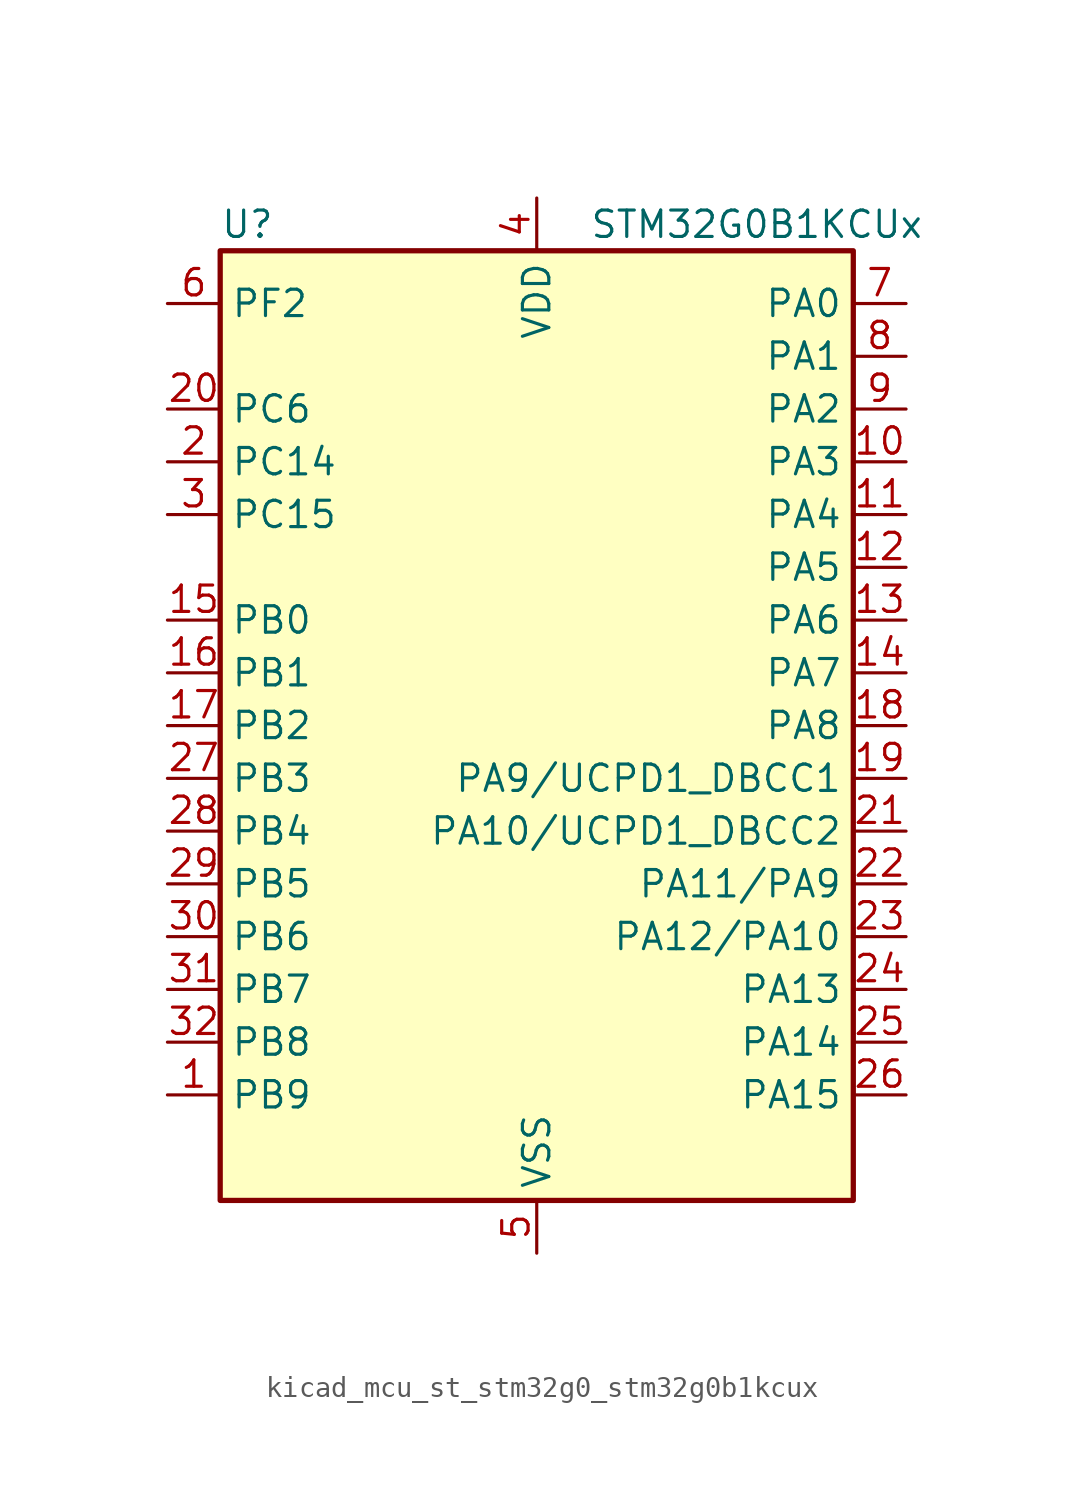
<source format=kicad_sym>
(kicad_symbol_lib
  (version 20220914)
  (generator kicad_symbol_editor)
  (symbol "kicad_mcu_st_stm32g0_stm32g0b1kcux"
    (property "Reference" "U"
      (at -15.24 24.13 0)
      (effects (font (size 1.27 1.27)) (justify left)))
    (property "Value" "STM32G0B1KCUx"
      (at 2.54 24.13 0)
      (effects (font (size 1.27 1.27)) (justify left)))
    (property "ki_locked" ""
      (at 0 0 0)
      (effects (font (size 1.27 1.27))))
    (symbol "kicad_mcu_st_stm32g0_stm32g0b1kcux_0_1"
      (rectangle (start -15.24 -22.86) (end 15.24 22.86) (stroke (width 0.254) (type default)) (fill (type background))))
    (symbol "kicad_mcu_st_stm32g0_stm32g0b1kcux_1_1"
      (pin bidirectional line (at -17.78 -17.78 0) (length 2.54) (name "PB9" (effects (font (size 1.27 1.27)))) (number "1" (effects (font (size 1.27 1.27)))) (alternate "DAC1_EXTI9" bidirectional line) (alternate "FDCAN1_TX" bidirectional line) (alternate "I2C1_SDA" bidirectional line) (alternate "I2S2_WS" bidirectional line) (alternate "IR_OUT" bidirectional line) (alternate "SPI2_NSS" bidirectional line) (alternate "TIM17_CH1" bidirectional line) (alternate "TIM4_CH4" bidirectional line) (alternate "USART3_RX" bidirectional line) (alternate "USART6_RX" bidirectional line))
      (pin bidirectional line (at 17.78 12.7 180) (length 2.54) (name "PA3" (effects (font (size 1.27 1.27)))) (number "10" (effects (font (size 1.27 1.27)))) (alternate "ADC1_IN3" bidirectional line) (alternate "COMP2_INP" bidirectional line) (alternate "I2S2_MCK" bidirectional line) (alternate "LPUART1_RX" bidirectional line) (alternate "SPI2_MISO" bidirectional line) (alternate "TIM15_CH2" bidirectional line) (alternate "TIM2_CH4" bidirectional line) (alternate "USART2_RX" bidirectional line))
      (pin bidirectional line (at 17.78 10.16 180) (length 2.54) (name "PA4" (effects (font (size 1.27 1.27)))) (number "11" (effects (font (size 1.27 1.27)))) (alternate "ADC1_IN4" bidirectional line) (alternate "DAC1_OUT1" bidirectional line) (alternate "I2S1_WS" bidirectional line) (alternate "I2S2_SD" bidirectional line) (alternate "LPTIM2_OUT" bidirectional line) (alternate "RTC_OUT1" bidirectional line) (alternate "RTC_TAMP_IN1" bidirectional line) (alternate "RTC_TS" bidirectional line) (alternate "SPI1_NSS" bidirectional line) (alternate "SPI2_MOSI" bidirectional line) (alternate "SPI3_NSS" bidirectional line) (alternate "SYS_WKUP2" bidirectional line) (alternate "TIM14_CH1" bidirectional line) (alternate "USART6_TX" bidirectional line) (alternate "USB_NOE" bidirectional line))
      (pin bidirectional line (at 17.78 7.62 180) (length 2.54) (name "PA5" (effects (font (size 1.27 1.27)))) (number "12" (effects (font (size 1.27 1.27)))) (alternate "ADC1_IN5" bidirectional line) (alternate "CEC" bidirectional line) (alternate "DAC1_OUT2" bidirectional line) (alternate "I2S1_CK" bidirectional line) (alternate "LPTIM2_ETR" bidirectional line) (alternate "SPI1_SCK" bidirectional line) (alternate "TIM2_CH1" bidirectional line) (alternate "TIM2_ETR" bidirectional line) (alternate "UCPD1_FRSTX1" bidirectional line) (alternate "UCPD1_FRSTX2" bidirectional line) (alternate "USART3_TX" bidirectional line) (alternate "USART6_RX" bidirectional line))
      (pin bidirectional line (at 17.78 5.08 180) (length 2.54) (name "PA6" (effects (font (size 1.27 1.27)))) (number "13" (effects (font (size 1.27 1.27)))) (alternate "ADC1_IN6" bidirectional line) (alternate "COMP1_OUT" bidirectional line) (alternate "I2C2_SDA" bidirectional line) (alternate "I2C3_SDA" bidirectional line) (alternate "I2S1_MCK" bidirectional line) (alternate "LPUART1_CTS" bidirectional line) (alternate "SPI1_MISO" bidirectional line) (alternate "TIM16_CH1" bidirectional line) (alternate "TIM1_BK" bidirectional line) (alternate "TIM3_CH1" bidirectional line) (alternate "USART3_CTS" bidirectional line) (alternate "USART3_NSS" bidirectional line) (alternate "USART6_CTS" bidirectional line) (alternate "USART6_NSS" bidirectional line))
      (pin bidirectional line (at 17.78 2.54 180) (length 2.54) (name "PA7" (effects (font (size 1.27 1.27)))) (number "14" (effects (font (size 1.27 1.27)))) (alternate "ADC1_IN7" bidirectional line) (alternate "COMP2_OUT" bidirectional line) (alternate "I2C2_SCL" bidirectional line) (alternate "I2C3_SCL" bidirectional line) (alternate "I2S1_SD" bidirectional line) (alternate "SPI1_MOSI" bidirectional line) (alternate "TIM14_CH1" bidirectional line) (alternate "TIM17_CH1" bidirectional line) (alternate "TIM1_CH1N" bidirectional line) (alternate "TIM3_CH2" bidirectional line) (alternate "UCPD1_FRSTX1" bidirectional line) (alternate "UCPD1_FRSTX2" bidirectional line) (alternate "USART6_CK" bidirectional line) (alternate "USART6_DE" bidirectional line) (alternate "USART6_RTS" bidirectional line))
      (pin bidirectional line (at -17.78 5.08 0) (length 2.54) (name "PB0" (effects (font (size 1.27 1.27)))) (number "15" (effects (font (size 1.27 1.27)))) (alternate "ADC1_IN8" bidirectional line) (alternate "COMP1_OUT" bidirectional line) (alternate "COMP3_INP" bidirectional line) (alternate "FDCAN2_RX" bidirectional line) (alternate "I2S1_WS" bidirectional line) (alternate "LPTIM1_OUT" bidirectional line) (alternate "LPUART2_CTS" bidirectional line) (alternate "SPI1_NSS" bidirectional line) (alternate "TIM1_CH2N" bidirectional line) (alternate "TIM3_CH3" bidirectional line) (alternate "UCPD1_FRSTX1" bidirectional line) (alternate "UCPD1_FRSTX2" bidirectional line) (alternate "USART3_RX" bidirectional line) (alternate "USART5_TX" bidirectional line))
      (pin bidirectional line (at -17.78 2.54 0) (length 2.54) (name "PB1" (effects (font (size 1.27 1.27)))) (number "16" (effects (font (size 1.27 1.27)))) (alternate "ADC1_IN9" bidirectional line) (alternate "COMP1_INM" bidirectional line) (alternate "COMP3_OUT" bidirectional line) (alternate "FDCAN2_TX" bidirectional line) (alternate "LPTIM2_IN1" bidirectional line) (alternate "LPUART1_DE" bidirectional line) (alternate "LPUART1_RTS" bidirectional line) (alternate "LPUART2_DE" bidirectional line) (alternate "LPUART2_RTS" bidirectional line) (alternate "TIM14_CH1" bidirectional line) (alternate "TIM1_CH3N" bidirectional line) (alternate "TIM3_CH4" bidirectional line) (alternate "USART3_CK" bidirectional line) (alternate "USART3_DE" bidirectional line) (alternate "USART3_RTS" bidirectional line) (alternate "USART5_RX" bidirectional line))
      (pin bidirectional line (at -17.78 0 0) (length 2.54) (name "PB2" (effects (font (size 1.27 1.27)))) (number "17" (effects (font (size 1.27 1.27)))) (alternate "ADC1_IN10" bidirectional line) (alternate "COMP1_INP" bidirectional line) (alternate "COMP3_INM" bidirectional line) (alternate "I2S2_MCK" bidirectional line) (alternate "LPTIM1_OUT" bidirectional line) (alternate "RCC_MCO_2" bidirectional line) (alternate "SPI2_MISO" bidirectional line) (alternate "USART3_TX" bidirectional line))
      (pin bidirectional line (at 17.78 0 180) (length 2.54) (name "PA8" (effects (font (size 1.27 1.27)))) (number "18" (effects (font (size 1.27 1.27)))) (alternate "CRS1_SYNC" bidirectional line) (alternate "I2C2_SMBA" bidirectional line) (alternate "I2S2_WS" bidirectional line) (alternate "LPTIM2_OUT" bidirectional line) (alternate "RCC_MCO" bidirectional line) (alternate "SPI2_NSS" bidirectional line) (alternate "TIM1_CH1" bidirectional line) (alternate "UCPD1_CC1" bidirectional line))
      (pin bidirectional line (at 17.78 -2.54 180) (length 2.54) (name "PA9/UCPD1_DBCC1" (effects (font (size 1.27 1.27)))) (number "19" (effects (font (size 1.27 1.27)))) (alternate "DAC1_EXTI9" bidirectional line) (alternate "I2C1_SCL" bidirectional line) (alternate "I2C2_SCL" bidirectional line) (alternate "I2S2_MCK" bidirectional line) (alternate "RCC_MCO" bidirectional line) (alternate "SPI2_MISO" bidirectional line) (alternate "TIM15_BK" bidirectional line) (alternate "TIM1_CH2" bidirectional line) (alternate "UCPD1_DBCC1" bidirectional line) (alternate "USART1_TX" bidirectional line))
      (pin bidirectional line (at -17.78 12.7 0) (length 2.54) (name "PC14" (effects (font (size 1.27 1.27)))) (number "2" (effects (font (size 1.27 1.27)))) (alternate "RCC_OSC32_IN" bidirectional line) (alternate "RCC_OSC_IN" bidirectional line) (alternate "TIM1_BK2" bidirectional line))
      (pin bidirectional line (at -17.78 15.24 0) (length 2.54) (name "PC6" (effects (font (size 1.27 1.27)))) (number "20" (effects (font (size 1.27 1.27)))) (alternate "LPUART2_TX" bidirectional line) (alternate "TIM2_CH3" bidirectional line) (alternate "TIM3_CH1" bidirectional line) (alternate "UCPD1_FRSTX1" bidirectional line) (alternate "UCPD1_FRSTX2" bidirectional line))
      (pin bidirectional line (at 17.78 -5.08 180) (length 2.54) (name "PA10/UCPD1_DBCC2" (effects (font (size 1.27 1.27)))) (number "21" (effects (font (size 1.27 1.27)))) (alternate "I2C1_SDA" bidirectional line) (alternate "I2C2_SDA" bidirectional line) (alternate "I2S2_SD" bidirectional line) (alternate "RCC_MCO_2" bidirectional line) (alternate "SPI2_MOSI" bidirectional line) (alternate "TIM17_BK" bidirectional line) (alternate "TIM1_CH3" bidirectional line) (alternate "UCPD1_DBCC2" bidirectional line) (alternate "USART1_RX" bidirectional line))
      (pin bidirectional line (at 17.78 -7.62 180) (length 2.54) (name "PA11/PA9" (effects (font (size 1.27 1.27)))) (number "22" (effects (font (size 1.27 1.27)))) (alternate "ADC1_EXTI11" bidirectional line) (alternate "COMP1_OUT" bidirectional line) (alternate "FDCAN1_RX" bidirectional line) (alternate "I2C2_SCL" bidirectional line) (alternate "I2S1_MCK" bidirectional line) (alternate "SPI1_MISO" bidirectional line) (alternate "TIM1_BK2" bidirectional line) (alternate "TIM1_CH4" bidirectional line) (alternate "USART1_CTS" bidirectional line) (alternate "USART1_NSS" bidirectional line) (alternate "USB_DM" bidirectional line))
      (pin bidirectional line (at 17.78 -10.16 180) (length 2.54) (name "PA12/PA10" (effects (font (size 1.27 1.27)))) (number "23" (effects (font (size 1.27 1.27)))) (alternate "COMP2_OUT" bidirectional line) (alternate "FDCAN1_TX" bidirectional line) (alternate "I2C2_SDA" bidirectional line) (alternate "I2S1_SD" bidirectional line) (alternate "I2S_CKIN" bidirectional line) (alternate "SPI1_MOSI" bidirectional line) (alternate "TIM1_ETR" bidirectional line) (alternate "USART1_CK" bidirectional line) (alternate "USART1_DE" bidirectional line) (alternate "USART1_RTS" bidirectional line) (alternate "USB_DP" bidirectional line))
      (pin bidirectional line (at 17.78 -12.7 180) (length 2.54) (name "PA13" (effects (font (size 1.27 1.27)))) (number "24" (effects (font (size 1.27 1.27)))) (alternate "IR_OUT" bidirectional line) (alternate "LPUART2_RX" bidirectional line) (alternate "SYS_SWDIO" bidirectional line) (alternate "USB_NOE" bidirectional line))
      (pin bidirectional line (at 17.78 -15.24 180) (length 2.54) (name "PA14" (effects (font (size 1.27 1.27)))) (number "25" (effects (font (size 1.27 1.27)))) (alternate "LPUART2_TX" bidirectional line) (alternate "SYS_SWCLK" bidirectional line) (alternate "USART2_TX" bidirectional line))
      (pin bidirectional line (at 17.78 -17.78 180) (length 2.54) (name "PA15" (effects (font (size 1.27 1.27)))) (number "26" (effects (font (size 1.27 1.27)))) (alternate "I2C2_SMBA" bidirectional line) (alternate "I2S1_WS" bidirectional line) (alternate "RCC_MCO_2" bidirectional line) (alternate "SPI1_NSS" bidirectional line) (alternate "SPI3_NSS" bidirectional line) (alternate "TIM2_CH1" bidirectional line) (alternate "TIM2_ETR" bidirectional line) (alternate "USART2_RX" bidirectional line) (alternate "USART3_CK" bidirectional line) (alternate "USART3_DE" bidirectional line) (alternate "USART3_RTS" bidirectional line) (alternate "USART4_CK" bidirectional line) (alternate "USART4_DE" bidirectional line) (alternate "USART4_RTS" bidirectional line) (alternate "USB_NOE" bidirectional line))
      (pin bidirectional line (at -17.78 -2.54 0) (length 2.54) (name "PB3" (effects (font (size 1.27 1.27)))) (number "27" (effects (font (size 1.27 1.27)))) (alternate "COMP2_INM" bidirectional line) (alternate "I2C2_SCL" bidirectional line) (alternate "I2C3_SCL" bidirectional line) (alternate "I2S1_CK" bidirectional line) (alternate "SPI1_SCK" bidirectional line) (alternate "SPI3_SCK" bidirectional line) (alternate "TIM1_CH2" bidirectional line) (alternate "TIM2_CH2" bidirectional line) (alternate "USART1_CK" bidirectional line) (alternate "USART1_DE" bidirectional line) (alternate "USART1_RTS" bidirectional line) (alternate "USART5_TX" bidirectional line))
      (pin bidirectional line (at -17.78 -5.08 0) (length 2.54) (name "PB4" (effects (font (size 1.27 1.27)))) (number "28" (effects (font (size 1.27 1.27)))) (alternate "COMP2_INP" bidirectional line) (alternate "I2C2_SDA" bidirectional line) (alternate "I2C3_SDA" bidirectional line) (alternate "I2S1_MCK" bidirectional line) (alternate "SPI1_MISO" bidirectional line) (alternate "SPI3_MISO" bidirectional line) (alternate "TIM17_BK" bidirectional line) (alternate "TIM3_CH1" bidirectional line) (alternate "USART1_CTS" bidirectional line) (alternate "USART1_NSS" bidirectional line) (alternate "USART5_RX" bidirectional line))
      (pin bidirectional line (at -17.78 -7.62 0) (length 2.54) (name "PB5" (effects (font (size 1.27 1.27)))) (number "29" (effects (font (size 1.27 1.27)))) (alternate "COMP2_OUT" bidirectional line) (alternate "FDCAN2_RX" bidirectional line) (alternate "I2C1_SMBA" bidirectional line) (alternate "I2S1_SD" bidirectional line) (alternate "LPTIM1_IN1" bidirectional line) (alternate "SPI1_MOSI" bidirectional line) (alternate "SPI3_MOSI" bidirectional line) (alternate "SYS_WKUP6" bidirectional line) (alternate "TIM16_BK" bidirectional line) (alternate "TIM3_CH2" bidirectional line) (alternate "USART5_CK" bidirectional line) (alternate "USART5_DE" bidirectional line) (alternate "USART5_RTS" bidirectional line))
      (pin bidirectional line (at -17.78 10.16 0) (length 2.54) (name "PC15" (effects (font (size 1.27 1.27)))) (number "3" (effects (font (size 1.27 1.27)))) (alternate "RCC_OSC32_EN" bidirectional line) (alternate "RCC_OSC32_OUT" bidirectional line) (alternate "RCC_OSC_EN" bidirectional line) (alternate "TIM15_BK" bidirectional line))
      (pin bidirectional line (at -17.78 -10.16 0) (length 2.54) (name "PB6" (effects (font (size 1.27 1.27)))) (number "30" (effects (font (size 1.27 1.27)))) (alternate "COMP2_INP" bidirectional line) (alternate "FDCAN2_TX" bidirectional line) (alternate "I2C1_SCL" bidirectional line) (alternate "I2S2_MCK" bidirectional line) (alternate "LPTIM1_ETR" bidirectional line) (alternate "LPUART2_TX" bidirectional line) (alternate "SPI2_MISO" bidirectional line) (alternate "TIM16_CH1N" bidirectional line) (alternate "TIM1_CH3" bidirectional line) (alternate "TIM4_CH1" bidirectional line) (alternate "USART1_TX" bidirectional line) (alternate "USART5_CTS" bidirectional line) (alternate "USART5_NSS" bidirectional line))
      (pin bidirectional line (at -17.78 -12.7 0) (length 2.54) (name "PB7" (effects (font (size 1.27 1.27)))) (number "31" (effects (font (size 1.27 1.27)))) (alternate "COMP2_INM" bidirectional line) (alternate "I2C1_SDA" bidirectional line) (alternate "I2S2_SD" bidirectional line) (alternate "LPTIM1_IN2" bidirectional line) (alternate "LPUART2_RX" bidirectional line) (alternate "SPI2_MOSI" bidirectional line) (alternate "SYS_PVD_IN" bidirectional line) (alternate "TIM17_CH1N" bidirectional line) (alternate "TIM4_CH2" bidirectional line) (alternate "USART1_RX" bidirectional line) (alternate "USART4_CTS" bidirectional line) (alternate "USART4_NSS" bidirectional line))
      (pin bidirectional line (at -17.78 -15.24 0) (length 2.54) (name "PB8" (effects (font (size 1.27 1.27)))) (number "32" (effects (font (size 1.27 1.27)))) (alternate "CEC" bidirectional line) (alternate "FDCAN1_RX" bidirectional line) (alternate "I2C1_SCL" bidirectional line) (alternate "I2S2_CK" bidirectional line) (alternate "SPI2_SCK" bidirectional line) (alternate "TIM15_BK" bidirectional line) (alternate "TIM16_CH1" bidirectional line) (alternate "TIM4_CH3" bidirectional line) (alternate "USART3_TX" bidirectional line) (alternate "USART6_TX" bidirectional line))
      (pin passive line (at 0 -25.4 90) (length 2.54) hide (name "VSS" (effects (font (size 1.27 1.27)))) (number "33" (effects (font (size 1.27 1.27)))))
      (pin power_in line (at 0 25.4 270) (length 2.54) (name "VDD" (effects (font (size 1.27 1.27)))) (number "4" (effects (font (size 1.27 1.27)))))
      (pin power_in line (at 0 -25.4 90) (length 2.54) (name "VSS" (effects (font (size 1.27 1.27)))) (number "5" (effects (font (size 1.27 1.27)))))
      (pin bidirectional line (at -17.78 20.32 0) (length 2.54) (name "PF2" (effects (font (size 1.27 1.27)))) (number "6" (effects (font (size 1.27 1.27)))) (alternate "LPUART2_DE" bidirectional line) (alternate "LPUART2_RTS" bidirectional line) (alternate "LPUART2_TX" bidirectional line) (alternate "RCC_MCO" bidirectional line))
      (pin bidirectional line (at 17.78 20.32 180) (length 2.54) (name "PA0" (effects (font (size 1.27 1.27)))) (number "7" (effects (font (size 1.27 1.27)))) (alternate "ADC1_IN0" bidirectional line) (alternate "COMP1_INM" bidirectional line) (alternate "COMP1_OUT" bidirectional line) (alternate "I2S2_CK" bidirectional line) (alternate "LPTIM1_OUT" bidirectional line) (alternate "RTC_TAMP_IN2" bidirectional line) (alternate "SPI2_SCK" bidirectional line) (alternate "SYS_WKUP1" bidirectional line) (alternate "TIM2_CH1" bidirectional line) (alternate "TIM2_ETR" bidirectional line) (alternate "USART2_CTS" bidirectional line) (alternate "USART2_NSS" bidirectional line) (alternate "USART4_TX" bidirectional line))
      (pin bidirectional line (at 17.78 17.78 180) (length 2.54) (name "PA1" (effects (font (size 1.27 1.27)))) (number "8" (effects (font (size 1.27 1.27)))) (alternate "ADC1_IN1" bidirectional line) (alternate "COMP1_INP" bidirectional line) (alternate "I2C1_SMBA" bidirectional line) (alternate "I2S1_CK" bidirectional line) (alternate "SPI1_SCK" bidirectional line) (alternate "TIM15_CH1N" bidirectional line) (alternate "TIM2_CH2" bidirectional line) (alternate "USART2_CK" bidirectional line) (alternate "USART2_DE" bidirectional line) (alternate "USART2_RTS" bidirectional line) (alternate "USART4_RX" bidirectional line))
      (pin bidirectional line (at 17.78 15.24 180) (length 2.54) (name "PA2" (effects (font (size 1.27 1.27)))) (number "9" (effects (font (size 1.27 1.27)))) (alternate "ADC1_IN2" bidirectional line) (alternate "COMP2_INM" bidirectional line) (alternate "COMP2_OUT" bidirectional line) (alternate "I2S1_SD" bidirectional line) (alternate "LPUART1_TX" bidirectional line) (alternate "RCC_LSCO" bidirectional line) (alternate "SPI1_MOSI" bidirectional line) (alternate "SYS_WKUP4" bidirectional line) (alternate "TIM15_CH1" bidirectional line) (alternate "TIM2_CH3" bidirectional line) (alternate "UCPD1_FRSTX1" bidirectional line) (alternate "UCPD1_FRSTX2" bidirectional line) (alternate "USART2_TX" bidirectional line)))))
</source>
